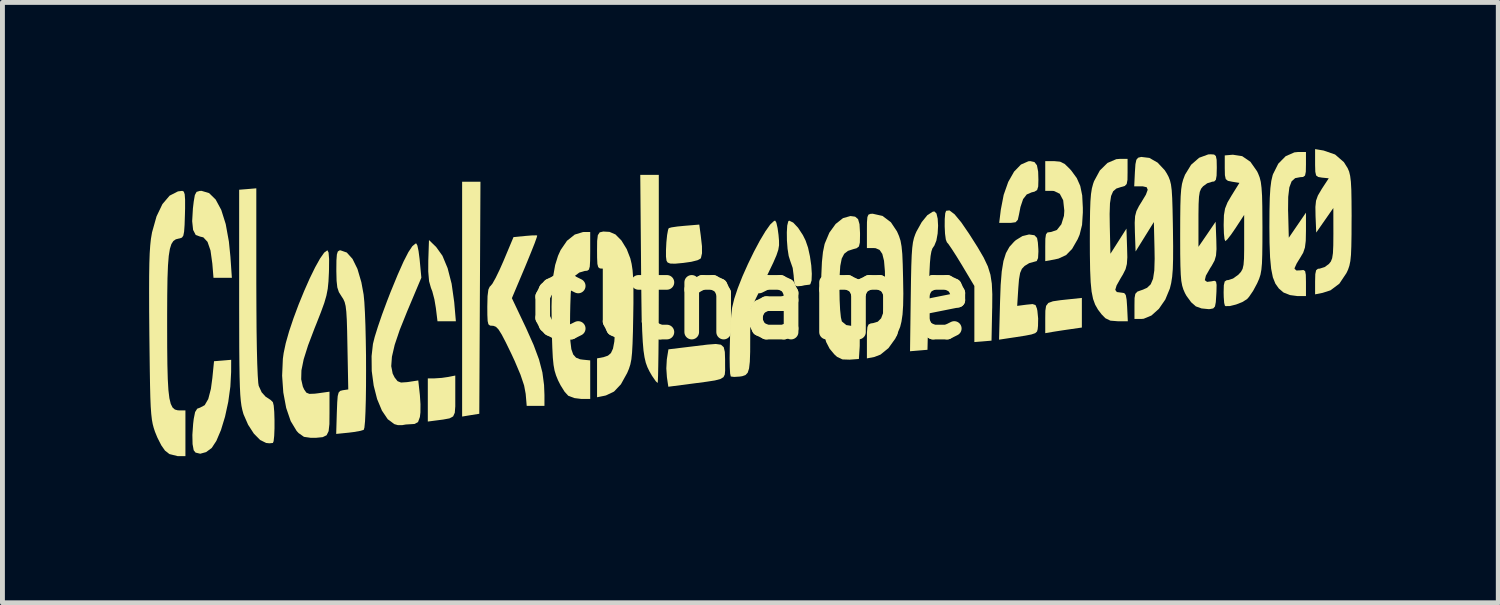
<source format=kicad_pcb>
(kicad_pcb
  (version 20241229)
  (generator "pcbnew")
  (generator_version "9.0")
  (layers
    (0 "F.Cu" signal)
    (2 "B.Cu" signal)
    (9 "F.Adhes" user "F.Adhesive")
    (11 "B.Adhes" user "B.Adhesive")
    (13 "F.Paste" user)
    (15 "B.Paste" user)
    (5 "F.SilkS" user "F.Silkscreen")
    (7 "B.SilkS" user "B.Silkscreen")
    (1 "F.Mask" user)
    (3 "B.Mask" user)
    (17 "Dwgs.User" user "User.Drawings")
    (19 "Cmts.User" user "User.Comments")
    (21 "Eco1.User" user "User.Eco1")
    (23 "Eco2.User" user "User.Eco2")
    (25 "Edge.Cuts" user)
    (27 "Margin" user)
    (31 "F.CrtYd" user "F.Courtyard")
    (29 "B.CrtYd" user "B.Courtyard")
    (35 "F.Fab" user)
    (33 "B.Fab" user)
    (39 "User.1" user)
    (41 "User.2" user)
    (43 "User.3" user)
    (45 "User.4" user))
  (footprint "cltname"
    (layer "F.Cu")
    (at 12.297 3.053)
    (property "Reference" "cltname" (at 0 0 0) (layer "F.SilkS") (effects (font (size 1.524 1.524) (thickness 0.3))))
    (attr board_only exclude_from_pos_files exclude_from_bom)
    (fp_poly (pts (xy -5.543 2.361) (xy -5.719 2.389) (xy -5.894 2.418) (xy -5.894 -2.386) (xy -5.519 -2.386)) (stroke (width 0) (type solid)) (fill yes) (layer "F.SilkS"))
    (fp_poly (pts (xy -6.034 2.005) (xy -6.034 2.209) (xy -6.044 2.34) (xy -6.078 2.415) (xy -6.152 2.455) (xy -6.281 2.479) (xy -6.42 2.497) (xy -6.596 2.52) (xy -6.596 1.637) (xy -6.461 1.637) (xy -6.312 1.627) (xy -6.18 1.608) (xy -6.034 1.579)) (stroke (width 0) (type solid)) (fill yes) (layer "F.SilkS"))
    (fp_poly (pts (xy 6.783 0.597) (xy 6.56 0.629) (xy 6.389 0.654) (xy 6.228 0.679) (xy 6.186 0.686) (xy 6.034 0.712) (xy 6.034 0.406) (xy 6.036 0.253) (xy 6.051 0.154) (xy 6.097 0.094) (xy 6.191 0.06) (xy 6.349 0.037) (xy 6.49 0.022) (xy 6.783 -0.009)) (stroke (width 0) (type solid)) (fill yes) (layer "F.SilkS"))
    (fp_poly (pts (xy -6.424 -1.049) (xy -6.297 -0.872) (xy -6.191 -0.618) (xy -6.109 -0.3) (xy -6.057 0.068) (xy -6.055 0.086) (xy -6.022 0.468) (xy -6.398 0.468) (xy -6.431 0.199) (xy -6.461 0.021) (xy -6.504 -0.143) (xy -6.532 -0.215) (xy -6.57 -0.35) (xy -6.587 -0.55) (xy -6.586 -0.776) (xy -6.572 -1.193)) (stroke (width 0) (type solid)) (fill yes) (layer "F.SilkS"))
    (fp_poly (pts (xy -11.07 -2.153) (xy -10.936 -2.022) (xy -10.821 -1.809) (xy -10.73 -1.52) (xy -10.665 -1.162) (xy -10.634 -0.854) (xy -10.604 -0.421) (xy -10.98 -0.421) (xy -11.004 -0.713) (xy -11.041 -0.979) (xy -11.102 -1.156) (xy -11.188 -1.248) (xy -11.252 -1.263) (xy -11.343 -1.296) (xy -11.397 -1.4) (xy -11.416 -1.579) (xy -11.401 -1.839) (xy -11.384 -1.982) (xy -11.361 -2.114) (xy -11.326 -2.178) (xy -11.263 -2.197) (xy -11.224 -2.199)) (stroke (width 0) (type solid)) (fill yes) (layer "F.SilkS"))
    (fp_poly (pts (xy -1.013 -1.286) (xy -0.988 -1.067) (xy -0.987 -0.922) (xy -1.008 -0.83) (xy -1.018 -0.812) (xy -1.079 -0.78) (xy -1.206 -0.748) (xy -1.368 -0.725) (xy -1.539 -0.709) (xy -1.639 -0.712) (xy -1.691 -0.734) (xy -1.713 -0.77) (xy -1.724 -0.852) (xy -1.724 -0.988) (xy -1.716 -1.146) (xy -1.701 -1.295) (xy -1.681 -1.403) (xy -1.667 -1.436) (xy -1.611 -1.452) (xy -1.489 -1.47) (xy -1.343 -1.484) (xy -1.043 -1.509)) (stroke (width 0) (type solid)) (fill yes) (layer "F.SilkS"))
    (fp_poly (pts (xy -0.6 0.948) (xy -0.543 0.999) (xy -0.52 1.096) (xy -0.515 1.249) (xy -0.515 1.367) (xy -0.514 1.478) (xy -0.521 1.558) (xy -0.548 1.612) (xy -0.611 1.65) (xy -0.723 1.679) (xy -0.897 1.706) (xy -1.147 1.739) (xy -1.2 1.746) (xy -1.676 1.808) (xy -1.705 1.613) (xy -1.717 1.433) (xy -1.707 1.25) (xy -1.704 1.23) (xy -1.674 1.043) (xy -1.121 0.976) (xy -0.874 0.946) (xy -0.705 0.933)) (stroke (width 0) (type solid)) (fill yes) (layer "F.SilkS"))
    (fp_poly (pts (xy 5.813 -2.788) (xy 5.864 -2.722) (xy 5.889 -2.592) (xy 5.894 -2.427) (xy 5.89 -2.289) (xy 5.868 -2.216) (xy 5.813 -2.182) (xy 5.757 -2.169) (xy 5.655 -2.125) (xy 5.581 -2.03) (xy 5.527 -1.869) (xy 5.498 -1.719) (xy 5.473 -1.607) (xy 5.427 -1.557) (xy 5.33 -1.544) (xy 5.28 -1.544) (xy 5.092 -1.544) (xy 5.125 -1.813) (xy 5.184 -2.118) (xy 5.277 -2.382) (xy 5.397 -2.593) (xy 5.537 -2.737) (xy 5.689 -2.804) (xy 5.729 -2.807)) (stroke (width 0) (type solid)) (fill yes) (layer "F.SilkS"))
    (fp_poly (pts (xy -10.619 1.506) (xy -10.635 1.805) (xy -10.678 2.118) (xy -10.744 2.421) (xy -10.827 2.694) (xy -10.921 2.915) (xy -11.016 3.06) (xy -11.131 3.145) (xy -11.251 3.178) (xy -11.347 3.155) (xy -11.385 3.107) (xy -11.408 2.982) (xy -11.412 2.793) (xy -11.396 2.566) (xy -11.384 2.465) (xy -11.356 2.326) (xy -11.313 2.257) (xy -11.256 2.236) (xy -11.16 2.185) (xy -11.087 2.059) (xy -11.033 1.852) (xy -11.003 1.629) (xy -10.969 1.286) (xy -10.794 1.272) (xy -10.618 1.257)) (stroke (width 0) (type solid)) (fill yes) (layer "F.SilkS"))
    (fp_poly (pts (xy -1.871 -0.398) (xy -1.872 0.039) (xy -1.873 0.445) (xy -1.875 0.811) (xy -1.878 1.129) (xy -1.882 1.39) (xy -1.886 1.582) (xy -1.891 1.699) (xy -1.895 1.731) (xy -1.933 1.695) (xy -1.995 1.606) (xy -2.013 1.579) (xy -2.062 1.494) (xy -2.103 1.41) (xy -2.137 1.317) (xy -2.163 1.206) (xy -2.184 1.066) (xy -2.199 0.889) (xy -2.211 0.663) (xy -2.219 0.379) (xy -2.225 0.028) (xy -2.231 -0.401) (xy -2.234 -0.713) (xy -2.25 -2.526) (xy -1.871 -2.526)) (stroke (width 0) (type solid)) (fill yes) (layer "F.SilkS"))
    (fp_poly (pts (xy 4.178 -1.721) (xy 4.315 -1.556) (xy 4.478 -1.318) (xy 4.649 -1.049) (xy 4.774 -0.835) (xy 4.86 -0.654) (xy 4.913 -0.483) (xy 4.941 -0.301) (xy 4.951 -0.084) (xy 4.949 0.19) (xy 4.948 0.218) (xy 4.935 0.865) (xy 4.76 0.88) (xy 4.584 0.894) (xy 4.584 -0.253) (xy 4.326 -0.686) (xy 4.216 -0.865) (xy 4.12 -1.014) (xy 4.051 -1.114) (xy 4.022 -1.147) (xy 4 -1.204) (xy 3.984 -1.323) (xy 3.977 -1.473) (xy 3.978 -1.622) (xy 3.988 -1.74) (xy 4.006 -1.791) (xy 4.074 -1.799)) (stroke (width 0) (type solid)) (fill yes) (layer "F.SilkS"))
    (fp_poly (pts (xy 0.878 -1.55) (xy 0.978 -1.444) (xy 1.077 -1.293) (xy 1.131 -1.184) (xy 1.182 -1.037) (xy 1.221 -0.859) (xy 1.248 -0.673) (xy 1.259 -0.502) (xy 1.254 -0.366) (xy 1.229 -0.29) (xy 1.211 -0.28) (xy 1.112 -0.268) (xy 1.051 -0.254) (xy 0.96 -0.247) (xy 0.923 -0.262) (xy 0.9 -0.328) (xy 0.889 -0.445) (xy 0.888 -0.464) (xy 0.868 -0.622) (xy 0.818 -0.765) (xy 0.818 -0.765) (xy 0.786 -0.867) (xy 0.763 -1.015) (xy 0.75 -1.184) (xy 0.748 -1.351) (xy 0.756 -1.489) (xy 0.777 -1.575) (xy 0.795 -1.59)) (stroke (width 0) (type solid)) (fill yes) (layer "F.SilkS"))
    (fp_poly (pts (xy 3.809 -1.736) (xy 3.834 -1.629) (xy 3.842 -1.484) (xy 3.833 -1.326) (xy 3.807 -1.182) (xy 3.765 -1.078) (xy 3.754 -1.063) (xy 3.726 -1.022) (xy 3.705 -0.96) (xy 3.688 -0.865) (xy 3.675 -0.724) (xy 3.665 -0.524) (xy 3.656 -0.254) (xy 3.649 0.04) (xy 3.625 1.052) (xy 3.447 1.067) (xy 3.268 1.082) (xy 3.283 -0.032) (xy 3.288 -0.388) (xy 3.294 -0.664) (xy 3.302 -0.874) (xy 3.313 -1.03) (xy 3.328 -1.146) (xy 3.349 -1.236) (xy 3.376 -1.313) (xy 3.398 -1.364) (xy 3.508 -1.561) (xy 3.623 -1.702) (xy 3.732 -1.772) (xy 3.766 -1.778)) (stroke (width 0) (type solid)) (fill yes) (layer "F.SilkS"))
    (fp_poly (pts (xy 6.337 -2.796) (xy 6.431 -2.75) (xy 6.533 -2.651) (xy 6.568 -2.612) (xy 6.679 -2.46) (xy 6.75 -2.3) (xy 6.79 -2.105) (xy 6.803 -1.852) (xy 6.803 -1.753) (xy 6.787 -1.502) (xy 6.737 -1.302) (xy 6.697 -1.209) (xy 6.583 -1.011) (xy 6.46 -0.885) (xy 6.306 -0.814) (xy 6.223 -0.795) (xy 6.034 -0.761) (xy 6.034 -1.059) (xy 6.036 -1.22) (xy 6.049 -1.309) (xy 6.079 -1.348) (xy 6.136 -1.356) (xy 6.15 -1.357) (xy 6.272 -1.399) (xy 6.364 -1.516) (xy 6.417 -1.688) (xy 6.424 -1.793) (xy 6.401 -2.006) (xy 6.331 -2.139) (xy 6.213 -2.196) (xy 6.173 -2.199) (xy 6.034 -2.199) (xy 6.034 -2.807) (xy 6.218 -2.807)) (stroke (width 0) (type solid)) (fill yes) (layer "F.SilkS"))
    (fp_poly (pts (xy 5.813 -1.291) (xy 5.866 -1.236) (xy 5.883 -1.145) (xy 5.893 -1.006) (xy 5.894 -0.955) (xy 5.887 -0.824) (xy 5.86 -0.763) (xy 5.806 -0.748) (xy 5.705 -0.72) (xy 5.612 -0.663) (xy 5.556 -0.604) (xy 5.52 -0.519) (xy 5.497 -0.386) (xy 5.483 -0.212) (xy 5.46 0.154) (xy 5.652 0.129) (xy 5.775 0.117) (xy 5.835 0.137) (xy 5.863 0.206) (xy 5.873 0.253) (xy 5.889 0.413) (xy 5.886 0.563) (xy 5.879 0.631) (xy 5.866 0.678) (xy 5.829 0.712) (xy 5.753 0.738) (xy 5.625 0.763) (xy 5.427 0.794) (xy 5.293 0.814) (xy 5.089 0.845) (xy 5.109 0.083) (xy 5.122 -0.273) (xy 5.144 -0.55) (xy 5.179 -0.763) (xy 5.23 -0.925) (xy 5.301 -1.053) (xy 5.396 -1.158) (xy 5.435 -1.193) (xy 5.568 -1.274) (xy 5.703 -1.307)) (stroke (width 0) (type solid)) (fill yes) (layer "F.SilkS"))
    (fp_poly (pts (xy -10.104 -0.319) (xy -10.102 0.188) (xy -10.099 0.637) (xy -10.093 1.022) (xy -10.085 1.338) (xy -10.075 1.576) (xy -10.064 1.732) (xy -10.055 1.789) (xy -9.995 1.921) (xy -9.913 2.012) (xy -9.903 2.018) (xy -9.809 2.08) (xy -9.765 2.124) (xy -9.748 2.193) (xy -9.737 2.323) (xy -9.732 2.487) (xy -9.732 2.66) (xy -9.738 2.813) (xy -9.75 2.922) (xy -9.765 2.958) (xy -9.835 2.965) (xy -9.903 2.958) (xy -10.026 2.897) (xy -10.155 2.766) (xy -10.272 2.585) (xy -10.364 2.375) (xy -10.372 2.35) (xy -10.391 2.279) (xy -10.408 2.198) (xy -10.421 2.099) (xy -10.432 1.972) (xy -10.44 1.809) (xy -10.446 1.601) (xy -10.45 1.338) (xy -10.453 1.012) (xy -10.454 0.614) (xy -10.455 0.134) (xy -10.455 -0.07) (xy -10.455 -2.222) (xy -10.279 -2.236) (xy -10.104 -2.251)) (stroke (width 0) (type solid)) (fill yes) (layer "F.SilkS"))
    (fp_poly (pts (xy 0.534 -1.548) (xy 0.559 -1.437) (xy 0.578 -1.298) (xy 0.588 -1.182) (xy 0.589 -1.087) (xy 0.573 -0.992) (xy 0.536 -0.881) (xy 0.472 -0.733) (xy 0.375 -0.531) (xy 0.304 -0.384) (xy 0 0.237) (xy -0.001 0.808) (xy -0.002 1.093) (xy -0.009 1.297) (xy -0.025 1.436) (xy -0.053 1.522) (xy -0.098 1.569) (xy -0.163 1.592) (xy -0.216 1.6) (xy -0.33 1.607) (xy -0.396 1.599) (xy -0.399 1.597) (xy -0.412 1.538) (xy -0.419 1.406) (xy -0.422 1.221) (xy -0.419 1.002) (xy -0.413 0.771) (xy -0.403 0.547) (xy -0.39 0.351) (xy -0.373 0.202) (xy -0.371 0.189) (xy -0.328 0.01) (xy -0.255 -0.209) (xy -0.159 -0.452) (xy -0.046 -0.705) (xy 0.074 -0.952) (xy 0.195 -1.179) (xy 0.309 -1.37) (xy 0.408 -1.51) (xy 0.486 -1.583) (xy 0.51 -1.59)) (stroke (width 0) (type solid)) (fill yes) (layer "F.SilkS"))
    (fp_poly (pts (xy -4.358 -1.285) (xy -4.37 -1.24) (xy -4.412 -1.123) (xy -4.48 -0.952) (xy -4.566 -0.741) (xy -4.609 -0.637) (xy -4.876 -0.004) (xy -4.587 0.605) (xy -4.431 0.955) (xy -4.321 1.251) (xy -4.252 1.516) (xy -4.218 1.773) (xy -4.21 1.976) (xy -4.21 2.199) (xy -4.573 2.199) (xy -4.594 1.953) (xy -4.626 1.782) (xy -4.7 1.562) (xy -4.819 1.281) (xy -4.887 1.134) (xy -5.001 0.9) (xy -5.085 0.739) (xy -5.149 0.637) (xy -5.201 0.583) (xy -5.25 0.563) (xy -5.269 0.561) (xy -5.323 0.557) (xy -5.356 0.531) (xy -5.372 0.464) (xy -5.378 0.339) (xy -5.379 0.169) (xy -5.374 -0.046) (xy -5.357 -0.179) (xy -5.328 -0.242) (xy -5.318 -0.248) (xy -5.276 -0.298) (xy -5.209 -0.417) (xy -5.127 -0.586) (xy -5.049 -0.762) (xy -4.843 -1.253) (xy -4.608 -1.276) (xy -4.471 -1.287) (xy -4.379 -1.289)) (stroke (width 0) (type solid)) (fill yes) (layer "F.SilkS"))
    (fp_poly (pts (xy 2.706 -1.686) (xy 2.877 -1.556) (xy 3.001 -1.37) (xy 3.043 -1.274) (xy 3.074 -1.178) (xy 3.095 -1.061) (xy 3.11 -0.906) (xy 3.119 -0.694) (xy 3.126 -0.412) (xy 3.131 -0.097) (xy 3.127 0.143) (xy 3.115 0.328) (xy 3.093 0.476) (xy 3.066 0.585) (xy 2.967 0.823) (xy 2.827 1.018) (xy 2.663 1.151) (xy 2.538 1.199) (xy 2.386 1.228) (xy 2.386 0.874) (xy 2.387 0.695) (xy 2.396 0.589) (xy 2.419 0.535) (xy 2.464 0.513) (xy 2.513 0.506) (xy 2.609 0.477) (xy 2.677 0.408) (xy 2.722 0.287) (xy 2.748 0.101) (xy 2.758 -0.161) (xy 2.759 -0.267) (xy 2.754 -0.558) (xy 2.736 -0.769) (xy 2.701 -0.909) (xy 2.645 -0.991) (xy 2.565 -1.026) (xy 2.518 -1.029) (xy 2.386 -1.029) (xy 2.386 -1.38) (xy 2.387 -1.558) (xy 2.396 -1.663) (xy 2.418 -1.713) (xy 2.462 -1.729) (xy 2.505 -1.731)) (stroke (width 0) (type solid)) (fill yes) (layer "F.SilkS"))
    (fp_poly (pts (xy -6.809 -1.08) (xy -6.785 -0.966) (xy -6.764 -0.805) (xy -6.761 -0.773) (xy -6.728 -0.423) (xy -7.019 0.268) (xy -7.17 0.644) (xy -7.273 0.949) (xy -7.33 1.194) (xy -7.344 1.387) (xy -7.315 1.538) (xy -7.275 1.618) (xy -7.215 1.694) (xy -7.144 1.722) (xy -7.025 1.714) (xy -6.993 1.71) (xy -6.791 1.679) (xy -6.758 1.98) (xy -6.746 2.164) (xy -6.747 2.333) (xy -6.758 2.427) (xy -6.796 2.531) (xy -6.866 2.569) (xy -6.923 2.573) (xy -7.043 2.58) (xy -7.118 2.593) (xy -7.209 2.593) (xy -7.28 2.573) (xy -7.416 2.472) (xy -7.535 2.295) (xy -7.633 2.06) (xy -7.703 1.785) (xy -7.743 1.486) (xy -7.746 1.182) (xy -7.718 0.932) (xy -7.682 0.788) (xy -7.617 0.58) (xy -7.531 0.329) (xy -7.43 0.057) (xy -7.359 -0.126) (xy -7.213 -0.481) (xy -7.092 -0.753) (xy -6.993 -0.946) (xy -6.913 -1.066) (xy -6.85 -1.119) (xy -6.832 -1.123)) (stroke (width 0) (type solid)) (fill yes) (layer "F.SilkS"))
    (fp_poly (pts (xy -8.253 -0.937) (xy -8.136 -0.807) (xy -8.035 -0.602) (xy -7.955 -0.329) (xy -7.909 -0.078) (xy -7.894 0.077) (xy -7.882 0.292) (xy -7.872 0.555) (xy -7.865 0.85) (xy -7.86 1.164) (xy -7.859 1.482) (xy -7.86 1.79) (xy -7.864 2.075) (xy -7.871 2.321) (xy -7.88 2.516) (xy -7.893 2.644) (xy -7.907 2.69) (xy -7.977 2.711) (xy -8.108 2.734) (xy -8.212 2.747) (xy -8.47 2.773) (xy -8.457 2.334) (xy -8.449 2.129) (xy -8.439 1.999) (xy -8.42 1.927) (xy -8.388 1.893) (xy -8.338 1.88) (xy -8.333 1.879) (xy -8.223 1.863) (xy -8.24 0.982) (xy -8.246 0.672) (xy -8.253 0.441) (xy -8.263 0.274) (xy -8.277 0.157) (xy -8.297 0.076) (xy -8.325 0.014) (xy -8.361 -0.041) (xy -8.415 -0.127) (xy -8.447 -0.224) (xy -8.462 -0.359) (xy -8.467 -0.559) (xy -8.467 -0.583) (xy -8.465 -0.778) (xy -8.456 -0.897) (xy -8.437 -0.958) (xy -8.403 -0.981) (xy -8.381 -0.982)) (stroke (width 0) (type solid)) (fill yes) (layer "F.SilkS"))
    (fp_poly (pts (xy 2.145 -1.671) (xy 2.205 -1.621) (xy 2.235 -1.516) (xy 2.245 -1.339) (xy 2.245 -1.286) (xy 2.242 -1.141) (xy 2.223 -1.062) (xy 2.175 -1.025) (xy 2.105 -1.006) (xy 1.998 -0.971) (xy 1.922 -0.912) (xy 1.871 -0.814) (xy 1.841 -0.663) (xy 1.827 -0.445) (xy 1.824 -0.197) (xy 1.828 0.034) (xy 1.838 0.236) (xy 1.854 0.389) (xy 1.873 0.47) (xy 1.873 0.471) (xy 1.963 0.546) (xy 2.059 0.561) (xy 2.156 0.58) (xy 2.214 0.646) (xy 2.24 0.773) (xy 2.239 0.975) (xy 2.237 1.009) (xy 2.222 1.24) (xy 2.032 1.254) (xy 1.885 1.249) (xy 1.776 1.197) (xy 1.719 1.145) (xy 1.624 1.031) (xy 1.553 0.894) (xy 1.503 0.72) (xy 1.471 0.496) (xy 1.455 0.206) (xy 1.45 -0.14) (xy 1.454 -0.482) (xy 1.466 -0.746) (xy 1.487 -0.947) (xy 1.519 -1.103) (xy 1.525 -1.123) (xy 1.618 -1.344) (xy 1.747 -1.522) (xy 1.897 -1.641) (xy 2.049 -1.684)) (stroke (width 0) (type solid)) (fill yes) (layer "F.SilkS"))
    (fp_poly (pts (xy -3.274 -0.959) (xy -3.276 -0.766) (xy -3.283 -0.649) (xy -3.301 -0.588) (xy -3.335 -0.565) (xy -3.384 -0.561) (xy -3.497 -0.528) (xy -3.583 -0.463) (xy -3.618 -0.413) (xy -3.644 -0.345) (xy -3.661 -0.241) (xy -3.673 -0.087) (xy -3.681 0.135) (xy -3.685 0.321) (xy -3.688 0.637) (xy -3.68 0.872) (xy -3.66 1.039) (xy -3.622 1.148) (xy -3.564 1.213) (xy -3.483 1.246) (xy -3.425 1.254) (xy -3.274 1.269) (xy -3.274 2.058) (xy -3.451 2.058) (xy -3.596 2.04) (xy -3.715 1.996) (xy -3.725 1.99) (xy -3.798 1.91) (xy -3.881 1.777) (xy -3.933 1.674) (xy -3.973 1.576) (xy -4.003 1.478) (xy -4.024 1.362) (xy -4.039 1.212) (xy -4.049 1.011) (xy -4.058 0.741) (xy -4.061 0.589) (xy -4.065 0.167) (xy -4.056 -0.177) (xy -4.031 -0.455) (xy -3.991 -0.682) (xy -3.932 -0.871) (xy -3.879 -0.988) (xy -3.749 -1.178) (xy -3.59 -1.305) (xy -3.422 -1.356) (xy -3.408 -1.357) (xy -3.274 -1.357)) (stroke (width 0) (type solid)) (fill yes) (layer "F.SilkS"))
    (fp_poly (pts (xy -8.626 -0.937) (xy -8.615 -0.804) (xy -8.617 -0.59) (xy -8.619 -0.526) (xy -8.628 -0.345) (xy -8.643 -0.196) (xy -8.67 -0.057) (xy -8.714 0.095) (xy -8.782 0.282) (xy -8.878 0.527) (xy -8.911 0.608) (xy -9.045 0.961) (xy -9.135 1.246) (xy -9.181 1.473) (xy -9.186 1.656) (xy -9.152 1.806) (xy -9.124 1.866) (xy -9.08 1.929) (xy -9.019 1.954) (xy -8.909 1.95) (xy -8.837 1.941) (xy -8.607 1.909) (xy -8.607 2.352) (xy -8.609 2.573) (xy -8.625 2.717) (xy -8.666 2.8) (xy -8.746 2.839) (xy -8.878 2.852) (xy -8.989 2.853) (xy -9.129 2.833) (xy -9.24 2.755) (xy -9.28 2.711) (xy -9.401 2.51) (xy -9.493 2.241) (xy -9.552 1.925) (xy -9.576 1.583) (xy -9.561 1.237) (xy -9.545 1.121) (xy -9.502 0.917) (xy -9.433 0.674) (xy -9.343 0.406) (xy -9.239 0.127) (xy -9.126 -0.149) (xy -9.012 -0.407) (xy -8.901 -0.634) (xy -8.8 -0.815) (xy -8.715 -0.936) (xy -8.652 -0.982) (xy -8.649 -0.982)) (stroke (width 0) (type solid)) (fill yes) (layer "F.SilkS"))
    (fp_poly (pts (xy -2.885 -1.36) (xy -2.877 -1.359) (xy -2.757 -1.307) (xy -2.635 -1.183) (xy -2.527 -1.007) (xy -2.454 -0.819) (xy -2.427 -0.706) (xy -2.407 -0.573) (xy -2.395 -0.406) (xy -2.39 -0.188) (xy -2.39 0.096) (xy -2.394 0.363) (xy -2.4 0.685) (xy -2.408 0.929) (xy -2.418 1.111) (xy -2.432 1.247) (xy -2.453 1.352) (xy -2.482 1.442) (xy -2.518 1.527) (xy -2.646 1.758) (xy -2.787 1.907) (xy -2.953 1.986) (xy -2.984 1.993) (xy -3.134 2.023) (xy -3.134 1.228) (xy -2.993 1.2) (xy -2.911 1.172) (xy -2.85 1.119) (xy -2.808 1.028) (xy -2.781 0.886) (xy -2.766 0.681) (xy -2.76 0.4) (xy -2.76 0.265) (xy -2.764 -0.047) (xy -2.778 -0.277) (xy -2.806 -0.436) (xy -2.85 -0.537) (xy -2.915 -0.59) (xy -3.005 -0.608) (xy -3.02 -0.608) (xy -3.076 -0.612) (xy -3.11 -0.638) (xy -3.127 -0.704) (xy -3.133 -0.83) (xy -3.134 -0.982) (xy -3.132 -1.175) (xy -3.118 -1.292) (xy -3.08 -1.35) (xy -3.007 -1.367)) (stroke (width 0) (type solid)) (fill yes) (layer "F.SilkS"))
    (fp_poly (pts (xy 11.367 -2.736) (xy 11.364 -2.589) (xy 11.348 -2.512) (xy 11.308 -2.483) (xy 11.251 -2.479) (xy 11.146 -2.459) (xy 11.073 -2.393) (xy 11.027 -2.269) (xy 11.004 -2.076) (xy 11.001 -1.803) (xy 11.003 -1.748) (xy 11.016 -1.24) (xy 11.191 -1.496) (xy 11.367 -1.753) (xy 11.367 -1.378) (xy 11.363 -1.177) (xy 11.346 -1.039) (xy 11.31 -0.933) (xy 11.25 -0.832) (xy 11.178 -0.715) (xy 11.137 -0.625) (xy 11.133 -0.605) (xy 11.172 -0.57) (xy 11.25 -0.573) (xy 11.315 -0.58) (xy 11.35 -0.557) (xy 11.364 -0.483) (xy 11.367 -0.338) (xy 11.367 -0.321) (xy 11.367 -0.047) (xy 11.19 -0.047) (xy 11.041 -0.067) (xy 10.914 -0.117) (xy 10.904 -0.123) (xy 10.812 -0.202) (xy 10.742 -0.3) (xy 10.69 -0.43) (xy 10.655 -0.605) (xy 10.633 -0.837) (xy 10.622 -1.14) (xy 10.619 -1.453) (xy 10.621 -1.794) (xy 10.627 -2.056) (xy 10.639 -2.254) (xy 10.658 -2.402) (xy 10.685 -2.516) (xy 10.693 -2.54) (xy 10.801 -2.755) (xy 10.952 -2.908) (xy 11.13 -2.986) (xy 11.207 -2.994) (xy 11.367 -2.994)) (stroke (width 0) (type solid)) (fill yes) (layer "F.SilkS"))
    (fp_poly (pts (xy 11.728 -3.024) (xy 11.962 -2.943) (xy 12.143 -2.786) (xy 12.22 -2.663) (xy 12.25 -2.593) (xy 12.271 -2.505) (xy 12.286 -2.385) (xy 12.295 -2.219) (xy 12.299 -1.99) (xy 12.301 -1.686) (xy 12.3 -1.614) (xy 12.299 -1.3) (xy 12.295 -1.064) (xy 12.288 -0.89) (xy 12.275 -0.763) (xy 12.255 -0.667) (xy 12.228 -0.587) (xy 12.195 -0.517) (xy 12.05 -0.3) (xy 11.868 -0.164) (xy 11.706 -0.112) (xy 11.554 -0.082) (xy 11.554 -0.345) (xy 11.558 -0.496) (xy 11.575 -0.575) (xy 11.612 -0.605) (xy 11.648 -0.608) (xy 11.749 -0.64) (xy 11.835 -0.702) (xy 11.876 -0.753) (xy 11.903 -0.821) (xy 11.919 -0.926) (xy 11.926 -1.085) (xy 11.928 -1.319) (xy 11.928 -1.321) (xy 11.927 -1.848) (xy 11.752 -1.597) (xy 11.577 -1.346) (xy 11.563 -1.684) (xy 11.56 -1.869) (xy 11.573 -1.997) (xy 11.611 -2.103) (xy 11.682 -2.224) (xy 11.691 -2.239) (xy 11.833 -2.456) (xy 11.693 -2.47) (xy 11.617 -2.483) (xy 11.575 -2.514) (xy 11.558 -2.589) (xy 11.554 -2.728) (xy 11.554 -2.769) (xy 11.554 -3.053)) (stroke (width 0) (type solid)) (fill yes) (layer "F.SilkS"))
    (fp_poly (pts (xy 7.718 -2.579) (xy 7.716 -2.425) (xy 7.7 -2.339) (xy 7.661 -2.299) (xy 7.587 -2.278) (xy 7.58 -2.276) (xy 7.488 -2.246) (xy 7.423 -2.19) (xy 7.381 -2.094) (xy 7.358 -1.944) (xy 7.351 -1.726) (xy 7.354 -1.486) (xy 7.367 -0.912) (xy 7.531 -1.169) (xy 7.695 -1.427) (xy 7.708 -1.037) (xy 7.713 -0.84) (xy 7.704 -0.703) (xy 7.677 -0.597) (xy 7.623 -0.489) (xy 7.577 -0.413) (xy 7.493 -0.263) (xy 7.466 -0.173) (xy 7.499 -0.129) (xy 7.591 -0.117) (xy 7.594 -0.117) (xy 7.65 -0.108) (xy 7.682 -0.066) (xy 7.699 0.029) (xy 7.709 0.175) (xy 7.723 0.468) (xy 7.514 0.468) (xy 7.366 0.456) (xy 7.265 0.407) (xy 7.188 0.329) (xy 7.113 0.231) (xy 7.055 0.129) (xy 7.012 0.011) (xy 6.982 -0.139) (xy 6.963 -0.332) (xy 6.952 -0.583) (xy 6.947 -0.905) (xy 6.946 -1.169) (xy 6.947 -1.515) (xy 6.951 -1.781) (xy 6.958 -1.983) (xy 6.97 -2.134) (xy 6.988 -2.249) (xy 7.013 -2.342) (xy 7.032 -2.396) (xy 7.151 -2.616) (xy 7.307 -2.77) (xy 7.487 -2.847) (xy 7.558 -2.853) (xy 7.718 -2.853)) (stroke (width 0) (type solid)) (fill yes) (layer "F.SilkS"))
    (fp_poly (pts (xy 8.164 -2.873) (xy 8.332 -2.777) (xy 8.479 -2.62) (xy 8.519 -2.557) (xy 8.557 -2.486) (xy 8.585 -2.414) (xy 8.606 -2.328) (xy 8.621 -2.211) (xy 8.631 -2.049) (xy 8.638 -1.828) (xy 8.644 -1.534) (xy 8.646 -1.415) (xy 8.65 -1.07) (xy 8.649 -0.803) (xy 8.643 -0.598) (xy 8.63 -0.44) (xy 8.61 -0.312) (xy 8.583 -0.201) (xy 8.49 0.024) (xy 8.359 0.214) (xy 8.206 0.351) (xy 8.048 0.417) (xy 8.004 0.421) (xy 7.859 0.421) (xy 7.859 0.147) (xy 7.861 -0.007) (xy 7.877 -0.093) (xy 7.919 -0.138) (xy 7.999 -0.167) (xy 8.011 -0.17) (xy 8.116 -0.215) (xy 8.191 -0.287) (xy 8.239 -0.4) (xy 8.265 -0.57) (xy 8.272 -0.809) (xy 8.269 -1.012) (xy 8.256 -1.561) (xy 7.882 -0.959) (xy 7.868 -1.349) (xy 7.864 -1.547) (xy 7.872 -1.682) (xy 7.899 -1.785) (xy 7.951 -1.888) (xy 7.997 -1.962) (xy 8.093 -2.121) (xy 8.13 -2.221) (xy 8.109 -2.273) (xy 8.031 -2.291) (xy 7.997 -2.292) (xy 7.854 -2.292) (xy 7.868 -2.584) (xy 7.879 -2.745) (xy 7.898 -2.835) (xy 7.934 -2.877) (xy 7.998 -2.893)) (stroke (width 0) (type solid)) (fill yes) (layer "F.SilkS"))
    (fp_poly (pts (xy -11.588 -2.184) (xy -11.569 -2.129) (xy -11.561 -2.019) (xy -11.561 -1.838) (xy -11.564 -1.719) (xy -11.571 -1.503) (xy -11.581 -1.364) (xy -11.597 -1.283) (xy -11.625 -1.243) (xy -11.668 -1.227) (xy -11.687 -1.224) (xy -11.75 -1.208) (xy -11.801 -1.173) (xy -11.841 -1.111) (xy -11.872 -1.012) (xy -11.895 -0.869) (xy -11.911 -0.67) (xy -11.921 -0.409) (xy -11.926 -0.076) (xy -11.928 0.338) (xy -11.928 0.538) (xy -11.927 0.991) (xy -11.923 1.36) (xy -11.915 1.653) (xy -11.902 1.877) (xy -11.882 2.043) (xy -11.854 2.159) (xy -11.817 2.233) (xy -11.77 2.274) (xy -11.711 2.29) (xy -11.673 2.292) (xy -11.554 2.292) (xy -11.554 3.228) (xy -11.71 3.228) (xy -11.882 3.185) (xy -11.972 3.114) (xy -12.047 3.007) (xy -12.127 2.85) (xy -12.177 2.728) (xy -12.202 2.652) (xy -12.223 2.573) (xy -12.24 2.48) (xy -12.253 2.365) (xy -12.264 2.215) (xy -12.272 2.02) (xy -12.278 1.771) (xy -12.283 1.457) (xy -12.288 1.068) (xy -12.292 0.725) (xy -12.296 0.251) (xy -12.297 -0.14) (xy -12.296 -0.459) (xy -12.292 -0.715) (xy -12.285 -0.92) (xy -12.274 -1.083) (xy -12.26 -1.215) (xy -12.241 -1.327) (xy -12.237 -1.35) (xy -12.145 -1.677) (xy -12.024 -1.929) (xy -11.877 -2.101) (xy -11.707 -2.188) (xy -11.619 -2.199)) (stroke (width 0) (type solid)) (fill yes) (layer "F.SilkS"))
    (fp_poly (pts (xy 9.488 -2.942) (xy 9.524 -2.911) (xy 9.54 -2.834) (xy 9.543 -2.687) (xy 9.543 -2.666) (xy 9.539 -2.51) (xy 9.524 -2.425) (xy 9.49 -2.391) (xy 9.449 -2.386) (xy 9.347 -2.354) (xy 9.262 -2.292) (xy 9.222 -2.243) (xy 9.195 -2.178) (xy 9.179 -2.079) (xy 9.171 -1.929) (xy 9.168 -1.708) (xy 9.168 -1.626) (xy 9.168 -1.054) (xy 9.344 -1.31) (xy 9.519 -1.567) (xy 9.533 -1.199) (xy 9.537 -1.007) (xy 9.527 -0.875) (xy 9.497 -0.772) (xy 9.438 -0.665) (xy 9.407 -0.617) (xy 9.32 -0.464) (xy 9.298 -0.372) (xy 9.344 -0.337) (xy 9.433 -0.348) (xy 9.495 -0.36) (xy 9.528 -0.342) (xy 9.539 -0.275) (xy 9.536 -0.14) (xy 9.533 -0.083) (xy 9.523 0.077) (xy 9.506 0.166) (xy 9.47 0.206) (xy 9.404 0.219) (xy 9.379 0.221) (xy 9.231 0.206) (xy 9.114 0.164) (xy 9.019 0.08) (xy 8.923 -0.051) (xy 8.892 -0.107) (xy 8.859 -0.182) (xy 8.835 -0.26) (xy 8.817 -0.357) (xy 8.806 -0.487) (xy 8.799 -0.664) (xy 8.795 -0.902) (xy 8.794 -1.215) (xy 8.794 -1.304) (xy 8.795 -1.64) (xy 8.798 -1.896) (xy 8.804 -2.089) (xy 8.815 -2.232) (xy 8.831 -2.34) (xy 8.855 -2.429) (xy 8.887 -2.513) (xy 8.893 -2.529) (xy 9.018 -2.733) (xy 9.182 -2.876) (xy 9.367 -2.944) (xy 9.419 -2.947)) (stroke (width 0) (type solid)) (fill yes) (layer "F.SilkS"))
    (fp_poly (pts (xy 10.062 -2.909) (xy 10.23 -2.794) (xy 10.367 -2.599) (xy 10.389 -2.553) (xy 10.42 -2.474) (xy 10.443 -2.382) (xy 10.458 -2.263) (xy 10.469 -2.1) (xy 10.474 -1.88) (xy 10.476 -1.587) (xy 10.477 -1.45) (xy 10.476 -1.133) (xy 10.473 -0.894) (xy 10.467 -0.716) (xy 10.455 -0.586) (xy 10.437 -0.486) (xy 10.41 -0.402) (xy 10.373 -0.317) (xy 10.367 -0.304) (xy 10.287 -0.155) (xy 10.202 -0.03) (xy 10.161 0.016) (xy 10.065 0.076) (xy 9.937 0.126) (xy 9.812 0.157) (xy 9.724 0.159) (xy 9.709 0.15) (xy 9.694 0.093) (xy 9.685 -0.027) (xy 9.683 -0.125) (xy 9.687 -0.27) (xy 9.705 -0.345) (xy 9.747 -0.372) (xy 9.779 -0.374) (xy 9.876 -0.406) (xy 9.983 -0.483) (xy 9.989 -0.489) (xy 10.038 -0.543) (xy 10.071 -0.603) (xy 10.09 -0.686) (xy 10.1 -0.813) (xy 10.103 -1.002) (xy 10.103 -1.156) (xy 10.103 -1.707) (xy 9.928 -1.439) (xy 9.836 -1.305) (xy 9.76 -1.208) (xy 9.718 -1.17) (xy 9.718 -1.17) (xy 9.701 -1.213) (xy 9.689 -1.326) (xy 9.684 -1.486) (xy 9.684 -1.509) (xy 9.689 -1.7) (xy 9.712 -1.837) (xy 9.762 -1.962) (xy 9.846 -2.105) (xy 10.006 -2.362) (xy 9.856 -2.386) (xy 9.77 -2.404) (xy 9.726 -2.44) (xy 9.709 -2.519) (xy 9.706 -2.666) (xy 9.706 -2.924) (xy 9.872 -2.938)) (stroke (width 0) (type solid)) (fill yes) (layer "F.SilkS")))
  (gr_rect
    (start -3 -3)
    (end 27.598 9.28)
    (stroke (width 0.1) (type default))
    (fill no)
    (layer "Edge.Cuts")))
</source>
